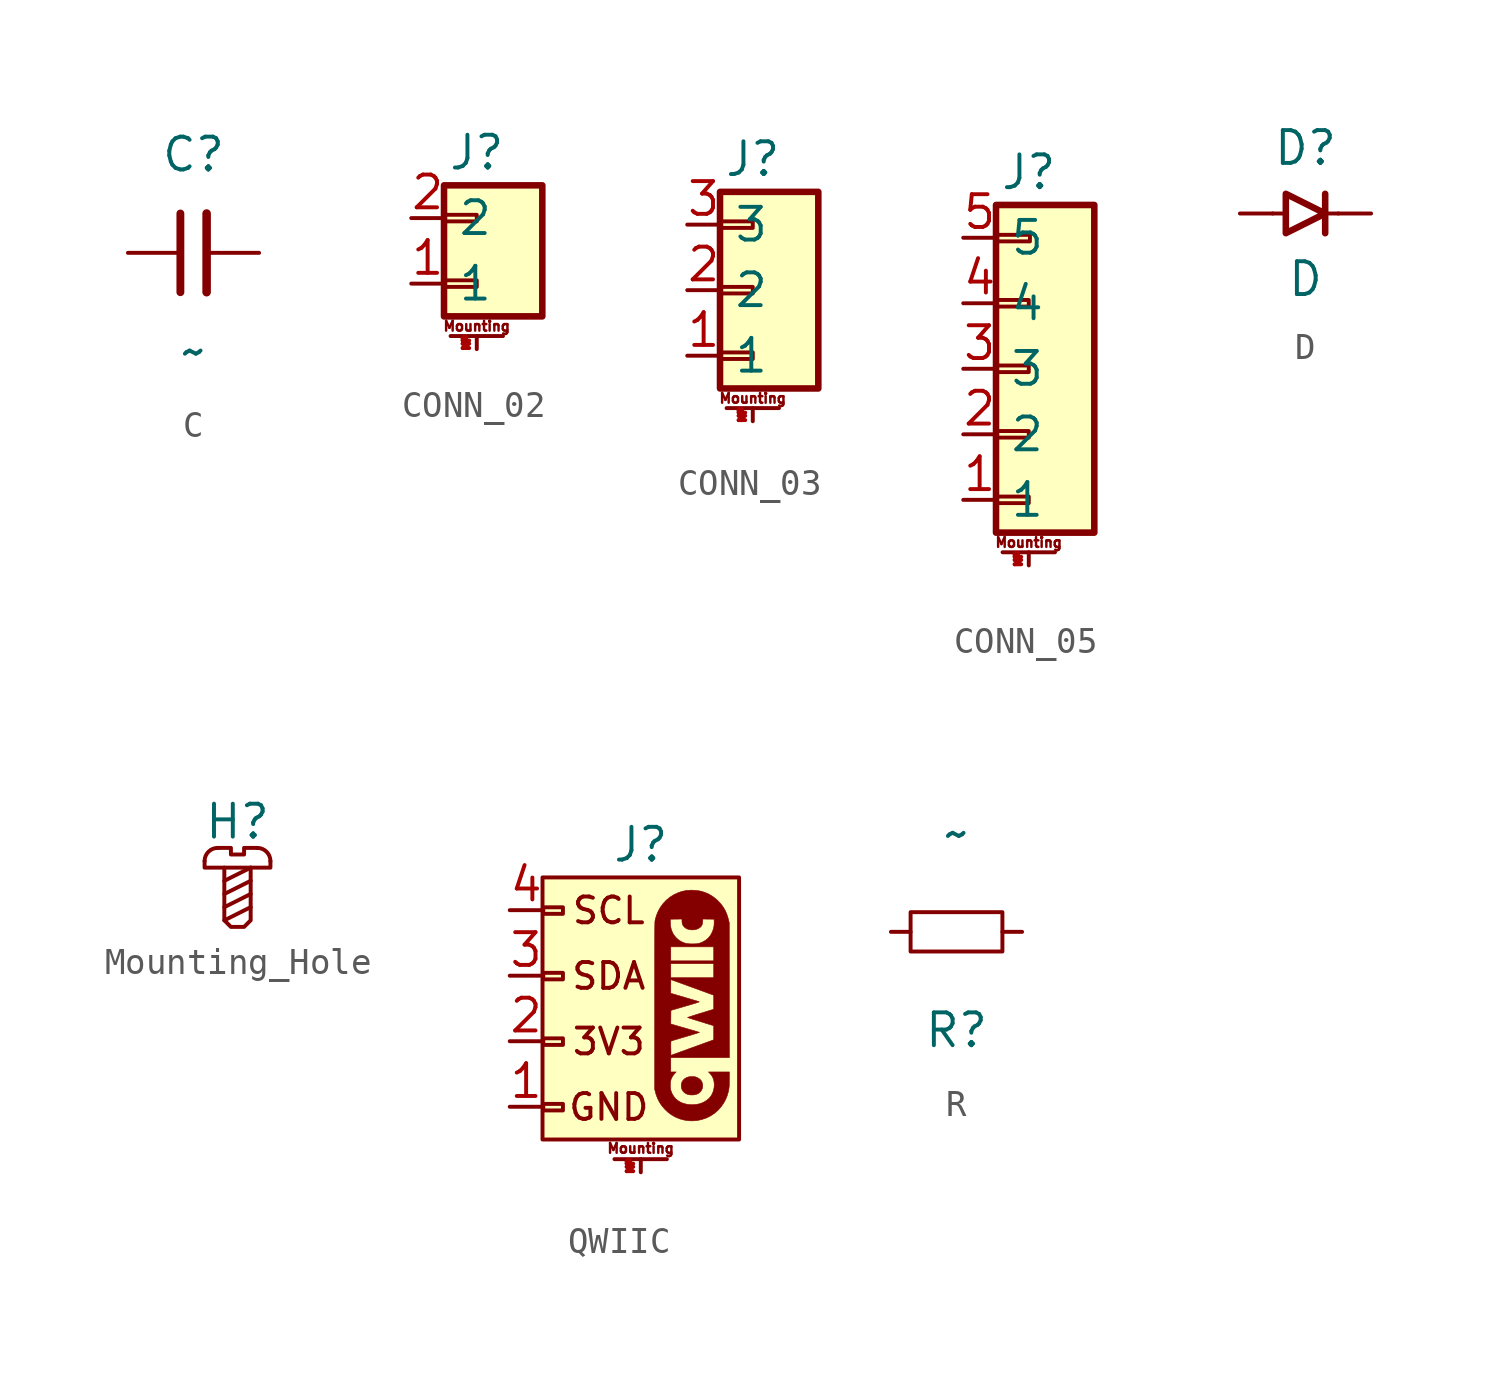
<source format=kicad_sym>
(kicad_symbol_lib
  (version 20241209)
  (generator "kicad_symbol_editor")
  (generator_version "9.0")
  (symbol "C"
    (pin_numbers
      (hide yes))
    (pin_names
      (offset 0.254))
    (property "Reference" "C"
      (at 0 3.81 0)
      (effects (font (size 1.27 1.27))))
    (property "Value" "~"
      (at 0 -3.81 0)
      (effects (font (size 1.27 1.27))))
    (symbol "C_0_1"
      (polyline (pts (xy -0.508 -1.524) (xy -0.508 1.524)) (stroke (width 0.305) (type default)) (fill (type none)))
      (polyline (pts (xy 0.508 -1.524) (xy 0.508 1.524)) (stroke (width 0.33) (type default)) (fill (type none))))
    (symbol "C_1_1"
      (pin passive line (at -2.54 0 0) (length 2.032) (name "~" (effects (font (size 1.27 1.27)))) (number "1" (effects (font (size 1.27 1.27)))))
      (pin passive line (at 2.54 0 180) (length 2.032) (name "~" (effects (font (size 1.27 1.27)))) (number "2" (effects (font (size 1.27 1.27)))))))
  (symbol "CONN_02"
    (property "Reference" "J"
      (at 0 5.08 0)
      (effects (font (size 1.27 1.27))))
    (property "Value" ""
      (at 0 0 0)
      (effects (font (size 1.27 1.27))))
    (symbol "CONN_02_1_1"
      (rectangle (start -1.27 3.81) (end 2.54 -1.27) (stroke (width 0.254) (type default)) (fill (type background)))
      (rectangle (start -1.27 2.667) (end 0 2.413) (stroke (width 0.152) (type default)) (fill (type none)))
      (rectangle (start -1.27 0.127) (end 0 -0.127) (stroke (width 0.152) (type default)) (fill (type none)))
      (polyline (pts (xy -1.016 -2.032) (xy 1.016 -2.032)) (stroke (width 0.152) (type default)) (fill (type none)))
      (text "Mounting" (at 0 -1.651 0) (effects (font (size 0.381 0.381))))
      (pin passive line (at -2.54 2.54 0) (length 1.27) (name "2" (effects (font (size 1.27 1.27)))) (number "2" (effects (font (size 1.27 1.27)))))
      (pin passive line (at -2.54 0 0) (length 1.27) (name "1" (effects (font (size 1.27 1.27)))) (number "1" (effects (font (size 1.27 1.27)))))
      (pin passive line (at 0 -2.54 90) (length 0.508) (name "" (effects (font (size 0.254 0.254)))) (number "MP" (effects (font (size 0.254 0.254)))))))
  (symbol "CONN_03"
    (property "Reference" "J"
      (at 0 5.08 0)
      (effects (font (size 1.27 1.27))))
    (property "Value" ""
      (at 0 0 0)
      (effects (font (size 1.27 1.27))))
    (symbol "CONN_03_1_1"
      (rectangle (start -1.27 3.81) (end 2.54 -3.81) (stroke (width 0.254) (type default)) (fill (type background)))
      (rectangle (start -1.27 2.667) (end 0 2.413) (stroke (width 0.152) (type default)) (fill (type none)))
      (rectangle (start -1.27 0.127) (end 0 -0.127) (stroke (width 0.152) (type default)) (fill (type none)))
      (rectangle (start -1.27 -2.413) (end 0 -2.667) (stroke (width 0.152) (type default)) (fill (type none)))
      (polyline (pts (xy -1.016 -4.572) (xy 1.016 -4.572)) (stroke (width 0.152) (type default)) (fill (type none)))
      (text "Mounting" (at 0 -4.191 0) (effects (font (size 0.381 0.381))))
      (pin passive line (at -2.54 2.54 0) (length 1.27) (name "3" (effects (font (size 1.27 1.27)))) (number "3" (effects (font (size 1.27 1.27)))))
      (pin passive line (at -2.54 0 0) (length 1.27) (name "2" (effects (font (size 1.27 1.27)))) (number "2" (effects (font (size 1.27 1.27)))))
      (pin passive line (at -2.54 -2.54 0) (length 1.27) (name "1" (effects (font (size 1.27 1.27)))) (number "1" (effects (font (size 1.27 1.27)))))
      (pin passive line (at 0 -5.08 90) (length 0.508) (name "" (effects (font (size 0.254 0.254)))) (number "MP" (effects (font (size 0.254 0.254)))))))
  (symbol "CONN_05"
    (property "Reference" "J"
      (at 0 7.62 0)
      (effects (font (size 1.27 1.27))))
    (property "Value" ""
      (at 0 0 0)
      (effects (font (size 1.27 1.27))))
    (symbol "CONN_05_1_1"
      (rectangle (start -1.27 6.35) (end 2.54 -6.35) (stroke (width 0.254) (type default)) (fill (type background)))
      (rectangle (start -1.27 2.667) (end 0 2.413) (stroke (width 0.152) (type default)) (fill (type none)))
      (rectangle (start -1.27 0.127) (end 0 -0.127) (stroke (width 0.152) (type default)) (fill (type none)))
      (rectangle (start -1.27 -2.413) (end 0 -2.667) (stroke (width 0.152) (type default)) (fill (type none)))
      (rectangle (start -1.27 -4.953) (end 0 -5.207) (stroke (width 0.152) (type default)) (fill (type none)))
      (rectangle (start -1.225 5.192) (end 0.045 4.939) (stroke (width 0.152) (type default)) (fill (type none)))
      (polyline (pts (xy -1.016 -7.112) (xy 1.016 -7.112)) (stroke (width 0.152) (type default)) (fill (type none)))
      (text "Mounting" (at 0 -6.731 0) (effects (font (size 0.381 0.381))))
      (pin passive line (at -2.54 5.08 0) (length 1.27) (name "5" (effects (font (size 1.27 1.27)))) (number "5" (effects (font (size 1.27 1.27)))))
      (pin passive line (at -2.54 2.54 0) (length 1.27) (name "4" (effects (font (size 1.27 1.27)))) (number "4" (effects (font (size 1.27 1.27)))))
      (pin passive line (at -2.54 0 0) (length 1.27) (name "3" (effects (font (size 1.27 1.27)))) (number "3" (effects (font (size 1.27 1.27)))))
      (pin passive line (at -2.54 -2.54 0) (length 1.27) (name "2" (effects (font (size 1.27 1.27)))) (number "2" (effects (font (size 1.27 1.27)))))
      (pin passive line (at -2.54 -5.08 0) (length 1.27) (name "1" (effects (font (size 1.27 1.27)))) (number "1" (effects (font (size 1.27 1.27)))))
      (pin passive line (at 0 -7.62 90) (length 0.508) (name "" (effects (font (size 0.254 0.254)))) (number "MP" (effects (font (size 0.254 0.254)))))))
  (symbol "D"
    (pin_numbers
      (hide yes))
    (pin_names
      (offset 1.016)
      (hide yes))
    (property "Reference" "D"
      (at 0 2.54 0)
      (effects (font (size 1.27 1.27))))
    (property "Value" "D"
      (at 0 -2.54 0)
      (effects (font (size 1.27 1.27))))
    (symbol "D_0_1"
      (polyline (pts (xy -1.27 0) (xy -0.762 0)) (stroke (width 0) (type default)) (fill (type none)))
      (polyline (pts (xy -0.762 0.762) (xy -0.762 -0.762) (xy 0.762 0) (xy -0.762 0.762)) (stroke (width 0.254) (type default)) (fill (type none)))
      (polyline (pts (xy 0.762 0.762) (xy 0.762 -0.762)) (stroke (width 0.254) (type default)) (fill (type none)))
      (polyline (pts (xy 1.27 0) (xy 0.762 0)) (stroke (width 0) (type default)) (fill (type none))))
    (symbol "D_1_1"
      (pin passive line (at -2.54 0 0) (length 1.27) (name "A" (effects (font (size 1.27 1.27)))) (number "2" (effects (font (size 1.27 1.27)))))
      (pin passive line (at 2.54 0 180) (length 1.27) (name "K" (effects (font (size 1.27 1.27)))) (number "1" (effects (font (size 1.27 1.27)))))))
  (symbol "Mounting_Hole"
    (property "Reference" "H"
      (at 0 2.54 0)
      (effects (font (size 1.27 1.27))))
    (property "Value" ""
      (at 0 0 0)
      (effects (font (size 1.27 1.27))))
    (symbol "Mounting_Hole_0_1"
      (polyline (pts (xy -1.27 1.016) (xy -1.27 0.762) (xy 1.27 0.762) (xy 1.27 1.016)) (stroke (width 0) (type default)) (fill (type none)))
      (polyline (pts (xy -0.762 1.524) (xy -0.254 1.524) (xy -0.254 1.27) (xy 0.254 1.27) (xy 0.254 1.524) (xy 0.762 1.524)) (stroke (width 0) (type default)) (fill (type none)))
      (arc (start -1.27 1.016) (mid -1.1212 1.3752) (end -0.762 1.524) (stroke (width 0) (type default)) (fill (type none)))
      (polyline (pts (xy 0.508 0.762) (xy -0.508 0.254)) (stroke (width 0) (type default)) (fill (type none)))
      (polyline (pts (xy 0.508 0.762) (xy 0.508 -1.27) (xy 0.254 -1.524) (xy -0.254 -1.524) (xy -0.508 -1.27) (xy -0.508 0.762)) (stroke (width 0) (type default)) (fill (type none)))
      (polyline (pts (xy 0.508 0.254) (xy -0.508 -0.254)) (stroke (width 0) (type default)) (fill (type none)))
      (polyline (pts (xy 0.508 -0.254) (xy -0.508 -0.762)) (stroke (width 0) (type default)) (fill (type none)))
      (polyline (pts (xy 0.508 -0.762) (xy -0.508 -1.27)) (stroke (width 0) (type default)) (fill (type none)))
      (arc (start 0.762 1.524) (mid 1.1212 1.3752) (end 1.27 1.016) (stroke (width 0) (type default)) (fill (type none)))))
  (symbol "QWIIC"
    (pin_names
      (offset 0))
    (property "Reference" "J"
      (at 0 7.62 0)
      (effects (font (size 1.27 1.27))))
    (property "Value" ""
      (at 0 0 0)
      (effects (font (size 1.27 1.27))))
    (symbol "QWIIC_0_0"
      (polyline (pts (xy 2.395 -1.668) (xy 2.374 -1.588) (xy 2.336 -1.521) (xy 2.281 -1.465) (xy 2.207 -1.418) (xy 2.183 -1.407) (xy 2.146 -1.39) (xy 2.112 -1.38) (xy 2.073 -1.374) (xy 2.021 -1.371) (xy 1.962 -1.37) (xy 1.867 -1.379) (xy 1.784 -1.403) (xy 1.713 -1.442) (xy 1.652 -1.498) (xy 1.637 -1.514) (xy 1.597 -1.577) (xy 1.575 -1.646) (xy 1.567 -1.727) (xy 1.568 -1.744) (xy 1.578 -1.823) (xy 1.605 -1.891) (xy 1.649 -1.953) (xy 1.677 -1.981) (xy 1.745 -2.031) (xy 1.823 -2.065) (xy 1.914 -2.082) (xy 2.018 -2.083) (xy 2.07 -2.079) (xy 2.164 -2.057) (xy 2.243 -2.019) (xy 2.308 -1.966) (xy 2.357 -1.898) (xy 2.39 -1.815) (xy 2.394 -1.801) (xy 2.4 -1.755) (xy 2.4 -1.71) (xy 2.395 -1.668)) (stroke (width 0.01) (type default)) (fill (type outline)))
      (polyline (pts (xy 3.432 1.977) (xy 3.429 4.589) (xy 3.404 4.694) (xy 3.393 4.742) (xy 3.342 4.909) (xy 3.277 5.06) (xy 3.196 5.199) (xy 3.099 5.329) (xy 2.983 5.452) (xy 2.933 5.499) (xy 2.793 5.609) (xy 2.647 5.698) (xy 2.492 5.767) (xy 2.329 5.817) (xy 2.158 5.846) (xy 1.977 5.856) (xy 1.932 5.855) (xy 1.768 5.843) (xy 1.613 5.813) (xy 1.463 5.764) (xy 1.313 5.696) (xy 1.273 5.675) (xy 1.123 5.58) (xy 0.989 5.469) (xy 0.869 5.343) (xy 0.766 5.203) (xy 0.679 5.051) (xy 0.609 4.885) (xy 0.557 4.709) (xy 0.556 4.701) (xy 0.554 4.691) (xy 0.552 4.68) (xy 0.55 4.666) (xy 0.549 4.65) (xy 0.548 4.629) (xy 0.546 4.604) (xy 0.545 4.573) (xy 0.544 4.537) (xy 0.543 4.494) (xy 0.542 4.443) (xy 0.541 4.383) (xy 0.541 4.315) (xy 0.54 4.237) (xy 0.54 4.148) (xy 0.539 4.048) (xy 0.539 3.936) (xy 0.538 3.812) (xy 0.538 3.673) (xy 0.538 3.521) (xy 0.537 3.353) (xy 0.537 3.17) (xy 0.537 2.97) (xy 0.537 2.752) (xy 0.537 2.517) (xy 0.537 2.263) (xy 0.537 1.99) (xy 0.537 1.696) (xy 0.537 1.381) (xy 0.537 -1.859) (xy 0.567 -1.976) (xy 0.586 -2.047) (xy 0.646 -2.212) (xy 0.723 -2.365) (xy 0.818 -2.506) (xy 0.932 -2.639) (xy 1.057 -2.756) (xy 1.198 -2.86) (xy 1.349 -2.945) (xy 1.508 -3.01) (xy 1.679 -3.056) (xy 1.859 -3.084) (xy 2.02 -3.088) (xy 2.185 -3.074) (xy 2.352 -3.039) (xy 2.516 -2.986) (xy 2.586 -2.956) (xy 2.736 -2.877) (xy 2.874 -2.781) (xy 3 -2.669) (xy 3.112 -2.543) (xy 3.209 -2.404) (xy 3.291 -2.255) (xy 3.355 -2.097) (xy 3.401 -1.932) (xy 3.427 -1.761) (xy 3.428 -1.749) (xy 3.429 -1.714) (xy 3.43 -1.664) (xy 3.431 -1.601) (xy 3.432 -1.53) (xy 3.433 -1.454) (xy 3.435 -1.19) (xy 3.028 -1.19) (xy 2.622 -1.19) (xy 2.684 -1.255) (xy 2.697 -1.268) (xy 2.763 -1.355) (xy 2.81 -1.454) (xy 2.838 -1.563) (xy 2.848 -1.682) (xy 2.841 -1.795) (xy 2.815 -1.92) (xy 2.769 -2.038) (xy 2.715 -2.131) (xy 2.639 -2.219) (xy 2.548 -2.296) (xy 2.445 -2.357) (xy 2.394 -2.381) (xy 2.327 -2.408) (xy 2.261 -2.428) (xy 2.188 -2.442) (xy 2.1 -2.454) (xy 2.008 -2.46) (xy 1.885 -2.455) (xy 1.763 -2.438) (xy 1.649 -2.408) (xy 1.548 -2.367) (xy 1.446 -2.306) (xy 1.35 -2.226) (xy 1.272 -2.132) (xy 1.21 -2.025) (xy 1.166 -1.907) (xy 1.166 -1.905) (xy 1.154 -1.843) (xy 1.147 -1.769) (xy 1.146 -1.689) (xy 1.149 -1.61) (xy 1.158 -1.54) (xy 1.172 -1.484) (xy 1.195 -1.426) (xy 1.248 -1.332) (xy 1.318 -1.247) (xy 1.373 -1.19) (xy 1.268 -1.19) (xy 1.162 -1.19) (xy 1.162 -0.913) (xy 1.162 -0.636) (xy 1.168 -0.636) (xy 1.168 -0.546) (xy 1.165 -0.274) (xy 1.164 -0.241) (xy 1.164 -0.152) (xy 1.165 -0.084) (xy 1.167 -0.035) (xy 1.17 -0.005) (xy 1.174 0.006) (xy 1.176 0.007) (xy 1.197 0.014) (xy 1.235 0.026) (xy 1.289 0.043) (xy 1.358 0.063) (xy 1.439 0.087) (xy 1.53 0.115) (xy 1.629 0.144) (xy 1.734 0.175) (xy 1.78 0.189) (xy 1.882 0.219) (xy 1.976 0.247) (xy 2.06 0.273) (xy 2.134 0.296) (xy 2.193 0.315) (xy 2.238 0.329) (xy 2.265 0.339) (xy 2.274 0.344) (xy 2.268 0.346) (xy 2.242 0.354) (xy 2.2 0.367) (xy 2.142 0.385) (xy 2.071 0.406) (xy 1.99 0.429) (xy 1.9 0.456) (xy 1.804 0.483) (xy 1.748 0.5) (xy 1.649 0.528) (xy 1.555 0.555) (xy 1.469 0.58) (xy 1.393 0.602) (xy 1.329 0.621) (xy 1.281 0.635) (xy 1.252 0.643) (xy 1.162 0.671) (xy 1.165 0.933) (xy 1.168 1.195) (xy 1.347 1.247) (xy 1.379 1.257) (xy 1.536 1.302) (xy 1.675 1.343) (xy 1.795 1.378) (xy 1.898 1.408) (xy 1.985 1.434) (xy 2.058 1.455) (xy 2.117 1.473) (xy 2.164 1.488) (xy 2.201 1.5) (xy 2.228 1.509) (xy 2.246 1.517) (xy 2.257 1.522) (xy 2.262 1.526) (xy 2.263 1.529) (xy 2.26 1.532) (xy 2.254 1.534) (xy 2.252 1.535) (xy 2.231 1.542) (xy 2.192 1.554) (xy 2.137 1.571) (xy 2.067 1.591) (xy 1.986 1.616) (xy 1.895 1.643) (xy 1.796 1.672) (xy 1.692 1.703) (xy 1.162 1.859) (xy 1.162 2.123) (xy 1.162 2.177) (xy 1.163 2.245) (xy 1.164 2.303) (xy 1.165 2.348) (xy 1.167 2.377) (xy 1.169 2.387) (xy 1.172 2.386) (xy 1.191 2.38) (xy 1.229 2.366) (xy 1.283 2.347) (xy 1.353 2.322) (xy 1.435 2.292) (xy 1.531 2.257) (xy 1.636 2.219) (xy 1.751 2.177) (xy 1.873 2.132) (xy 2.001 2.086) (xy 2.826 1.784) (xy 2.826 2.463) (xy 1.994 2.463) (xy 1.162 2.463) (xy 1.162 2.735) (xy 1.162 3.007) (xy 1.994 3.007) (xy 2.826 3.007) (xy 2.826 3.116) (xy 1.994 3.116) (xy 1.162 3.116) (xy 1.162 3.388) (xy 1.162 3.659) (xy 1.994 3.659) (xy 1.999 3.659) (xy 1.999 3.773) (xy 1.909 3.775) (xy 1.829 3.781) (xy 1.76 3.792) (xy 1.696 3.809) (xy 1.631 3.834) (xy 1.56 3.868) (xy 1.529 3.886) (xy 1.443 3.946) (xy 1.363 4.021) (xy 1.294 4.105) (xy 1.241 4.192) (xy 1.231 4.212) (xy 1.193 4.302) (xy 1.168 4.391) (xy 1.153 4.486) (xy 1.148 4.594) (xy 1.146 4.73) (xy 1.371 4.733) (xy 1.597 4.736) (xy 1.597 4.652) (xy 1.599 4.604) (xy 1.611 4.542) (xy 1.636 4.487) (xy 1.677 4.435) (xy 1.736 4.385) (xy 1.808 4.348) (xy 1.89 4.325) (xy 1.978 4.315) (xy 2.066 4.319) (xy 2.153 4.337) (xy 2.233 4.369) (xy 2.303 4.415) (xy 2.336 4.448) (xy 2.37 4.5) (xy 2.391 4.562) (xy 2.4 4.64) (xy 2.404 4.736) (xy 2.623 4.733) (xy 2.842 4.73) (xy 2.844 4.627) (xy 2.844 4.577) (xy 2.837 4.469) (xy 2.818 4.372) (xy 2.787 4.276) (xy 2.741 4.176) (xy 2.697 4.101) (xy 2.62 4.006) (xy 2.528 3.925) (xy 2.422 3.861) (xy 2.388 3.845) (xy 2.327 3.818) (xy 2.272 3.799) (xy 2.217 3.786) (xy 2.157 3.778) (xy 2.087 3.775) (xy 1.999 3.773) (xy 1.999 3.659) (xy 2.826 3.659) (xy 2.826 3.388) (xy 2.826 3.116) (xy 2.826 3.007) (xy 2.826 2.735) (xy 2.826 2.463) (xy 2.826 1.784) (xy 2.826 1.512) (xy 2.826 1.24) (xy 2.315 1.083) (xy 2.298 1.078) (xy 2.199 1.047) (xy 2.106 1.018) (xy 2.023 0.992) (xy 1.951 0.968) (xy 1.892 0.949) (xy 1.847 0.934) (xy 1.82 0.923) (xy 1.812 0.919) (xy 1.812 0.919) (xy 1.825 0.914) (xy 1.857 0.903) (xy 1.905 0.887) (xy 1.968 0.867) (xy 2.043 0.843) (xy 2.128 0.816) (xy 2.223 0.787) (xy 2.323 0.756) (xy 2.826 0.6) (xy 2.826 0.327) (xy 2.825 0.055) (xy 1.996 -0.246) (xy 1.168 -0.546) (xy 1.168 -0.636) (xy 2.299 -0.636) (xy 3.435 -0.636) (xy 3.432 1.977)) (stroke (width 0.01) (type default)) (fill (type outline))))
    (symbol "QWIIC_1_1"
      (rectangle (start -3.81 6.35) (end 3.81 -3.81) (stroke (width 0) (type solid)) (fill (type background)))
      (rectangle (start -3.78 5.191) (end -3.018 4.938) (stroke (width 0.152) (type default)) (fill (type none)))
      (rectangle (start -3.78 2.651) (end -3.018 2.397) (stroke (width 0.152) (type default)) (fill (type none)))
      (rectangle (start -3.78 0.112) (end -3.018 -0.142) (stroke (width 0.152) (type default)) (fill (type none)))
      (rectangle (start -3.78 -2.429) (end -3.018 -2.683) (stroke (width 0.152) (type default)) (fill (type none)))
      (polyline (pts (xy -1.021 -4.572) (xy 1.011 -4.572)) (stroke (width 0.152) (type default)) (fill (type none)))
      (text "SCL" (at -1.24 5.064 0) (effects (font (size 1 1))))
      (text "SDA" (at -1.24 2.525 0) (effects (font (size 1 1))))
      (text "3V3" (at -1.24 -0.015 0) (effects (font (size 1 1))))
      (text "GND" (at -1.24 -2.555 0) (effects (font (size 1 1))))
      (text "Mounting" (at -0.003 -4.153 0) (effects (font (size 0.381 0.381))))
      (pin passive line (at -5.08 5.08 0) (length 1.27) (name "" (effects (font (size 1.27 1.27)))) (number "4" (effects (font (size 1.27 1.27)))))
      (pin passive line (at -5.08 2.54 0) (length 1.27) (name "" (effects (font (size 1.27 1.27)))) (number "3" (effects (font (size 1.27 1.27)))))
      (pin passive line (at -5.08 0 0) (length 1.27) (name "" (effects (font (size 1.27 1.27)))) (number "2" (effects (font (size 1.27 1.27)))))
      (pin passive line (at -5.08 -2.54 0) (length 1.27) (name "" (effects (font (size 1.27 1.27)))) (number "1" (effects (font (size 1.27 1.27)))))
      (pin passive line (at 0 -5.08 90) (length 0.508) (name "" (effects (font (size 0.254 0.254)))) (number "MP" (effects (font (size 0.254 0.254)))))))
  (symbol "R"
    (pin_numbers
      (hide yes))
    (pin_names
      (offset 0.254)
      (hide yes))
    (property "Reference" "R"
      (at 0 -3.81 0)
      (effects (font (size 1.27 1.27))))
    (property "Value" "~"
      (at 0 3.81 0)
      (effects (font (size 1.27 1.27))))
    (symbol "R_0_1"
      (polyline (pts (xy -1.778 0.762) (xy -1.778 -0.762) (xy 1.778 -0.762) (xy 1.778 0.762) (xy -1.778 0.762)) (stroke (width 0) (type default)) (fill (type none))))
    (symbol "R_1_1"
      (pin passive line (at -2.54 0 0) (length 0.762) (name "~" (effects (font (size 1.27 1.27)))) (number "1" (effects (font (size 1.27 1.27)))))
      (pin passive line (at 2.54 0 180) (length 0.762) (name "~" (effects (font (size 1.27 1.27)))) (number "2" (effects (font (size 1.27 1.27))))))))
</source>
